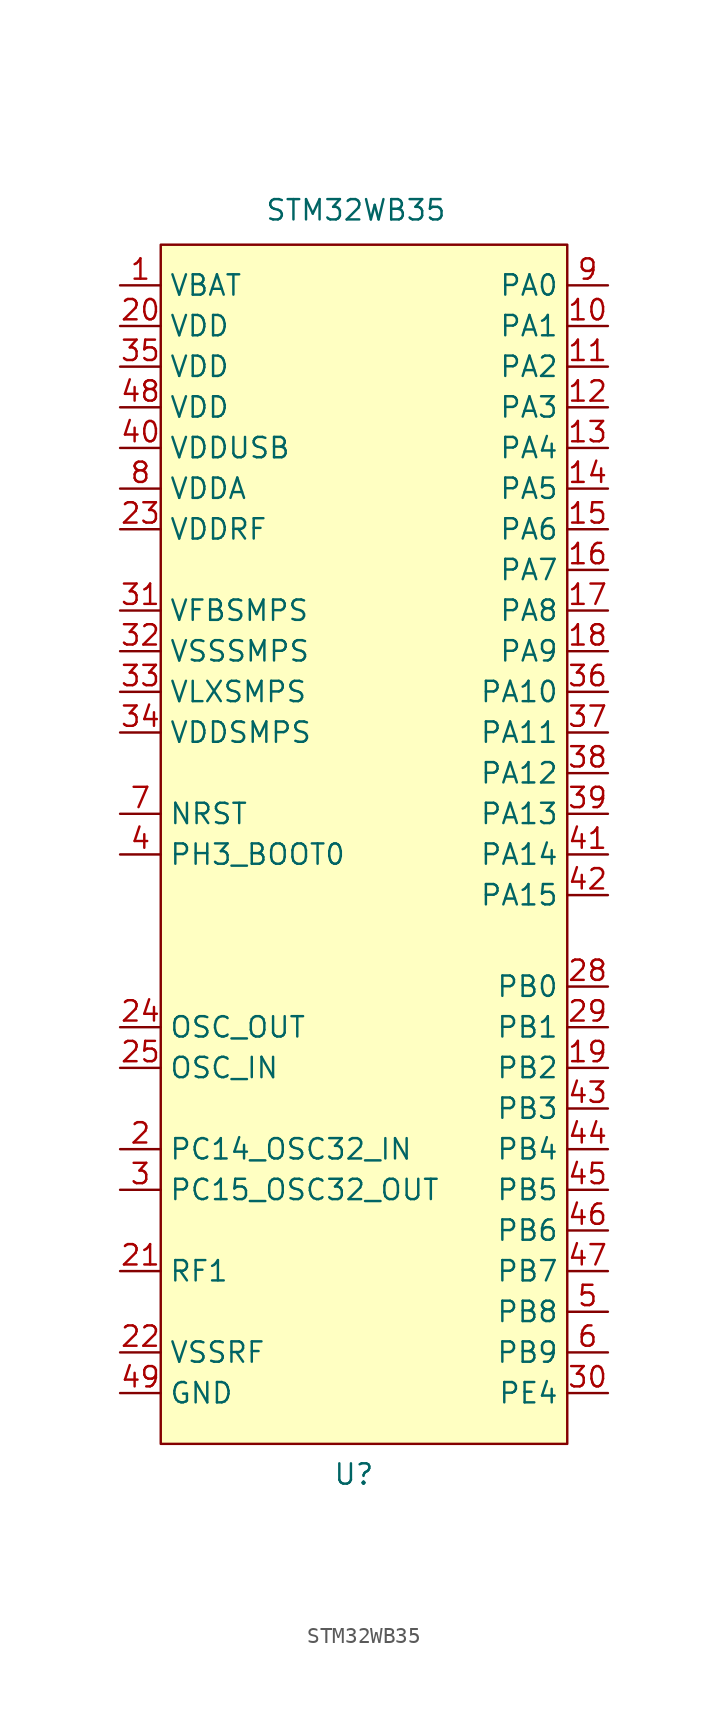
<source format=kicad_sym>
(kicad_symbol_lib
  (version 20210619)
  (generator kicad_symbol_editor)
  (symbol "STM32WB35:STM32WB35"
    (property "Reference" "U"
      (at 0 -32.385 0)
      (effects (font (size 1.27 1.27))))
    (property "Value" "STM32WB35"
      (at 0.127 46.609 0)
      (effects (font (size 1.27 1.27))))
    (symbol "STM32WB35_0_0"
      (pin unspecified line (at -14.605 41.91 0) (length 2.54) (name "VBAT" (effects (font (size 1.27 1.27)))) (number "1" (effects (font (size 1.27 1.27)))))
      (pin unspecified line (at 15.875 39.37 180) (length 2.54) (name "PA1" (effects (font (size 1.27 1.27)))) (number "10" (effects (font (size 1.27 1.27)))))
      (pin unspecified line (at 15.875 36.83 180) (length 2.54) (name "PA2" (effects (font (size 1.27 1.27)))) (number "11" (effects (font (size 1.27 1.27)))))
      (pin unspecified line (at 15.875 34.29 180) (length 2.54) (name "PA3" (effects (font (size 1.27 1.27)))) (number "12" (effects (font (size 1.27 1.27)))))
      (pin unspecified line (at 15.875 31.75 180) (length 2.54) (name "PA4" (effects (font (size 1.27 1.27)))) (number "13" (effects (font (size 1.27 1.27)))))
      (pin unspecified line (at 15.875 29.21 180) (length 2.54) (name "PA5" (effects (font (size 1.27 1.27)))) (number "14" (effects (font (size 1.27 1.27)))))
      (pin unspecified line (at 15.875 26.67 180) (length 2.54) (name "PA6" (effects (font (size 1.27 1.27)))) (number "15" (effects (font (size 1.27 1.27)))))
      (pin unspecified line (at 15.875 24.13 180) (length 2.54) (name "PA7" (effects (font (size 1.27 1.27)))) (number "16" (effects (font (size 1.27 1.27)))))
      (pin unspecified line (at 15.875 21.59 180) (length 2.54) (name "PA8" (effects (font (size 1.27 1.27)))) (number "17" (effects (font (size 1.27 1.27)))))
      (pin unspecified line (at 15.875 19.05 180) (length 2.54) (name "PA9" (effects (font (size 1.27 1.27)))) (number "18" (effects (font (size 1.27 1.27)))))
      (pin unspecified line (at 15.875 -6.985 180) (length 2.54) (name "PB2" (effects (font (size 1.27 1.27)))) (number "19" (effects (font (size 1.27 1.27)))))
      (pin unspecified line (at -14.605 -12.065 0) (length 2.54) (name "PC14_OSC32_IN" (effects (font (size 1.27 1.27)))) (number "2" (effects (font (size 1.27 1.27)))))
      (pin unspecified line (at -14.605 39.37 0) (length 2.54) (name "VDD" (effects (font (size 1.27 1.27)))) (number "20" (effects (font (size 1.27 1.27)))))
      (pin unspecified line (at -14.605 -19.685 0) (length 2.54) (name "RF1" (effects (font (size 1.27 1.27)))) (number "21" (effects (font (size 1.27 1.27)))))
      (pin unspecified line (at -14.605 -24.765 0) (length 2.54) (name "VSSRF" (effects (font (size 1.27 1.27)))) (number "22" (effects (font (size 1.27 1.27)))))
      (pin unspecified line (at -14.605 26.67 0) (length 2.54) (name "VDDRF" (effects (font (size 1.27 1.27)))) (number "23" (effects (font (size 1.27 1.27)))))
      (pin unspecified line (at -14.605 -4.445 0) (length 2.54) (name "OSC_OUT" (effects (font (size 1.27 1.27)))) (number "24" (effects (font (size 1.27 1.27)))))
      (pin unspecified line (at -14.605 -6.985 0) (length 2.54) (name "OSC_IN" (effects (font (size 1.27 1.27)))) (number "25" (effects (font (size 1.27 1.27)))))
      (pin no_connect line (at -14.605 -22.225 0) (length 2.54) hide (name "AT0" (effects (font (size 1.27 1.27)))) (number "26" (effects (font (size 1.27 1.27)))))
      (pin no_connect line (at -14.605 -22.225 0) (length 2.54) hide (name "AT1" (effects (font (size 1.27 1.27)))) (number "27" (effects (font (size 1.27 1.27)))))
      (pin unspecified line (at 15.875 -1.905 180) (length 2.54) (name "PB0" (effects (font (size 1.27 1.27)))) (number "28" (effects (font (size 1.27 1.27)))))
      (pin unspecified line (at 15.875 -4.445 180) (length 2.54) (name "PB1" (effects (font (size 1.27 1.27)))) (number "29" (effects (font (size 1.27 1.27)))))
      (pin unspecified line (at -14.605 -14.605 0) (length 2.54) (name "PC15_OSC32_OUT" (effects (font (size 1.27 1.27)))) (number "3" (effects (font (size 1.27 1.27)))))
      (pin unspecified line (at 15.875 -27.305 180) (length 2.54) (name "PE4" (effects (font (size 1.27 1.27)))) (number "30" (effects (font (size 1.27 1.27)))))
      (pin unspecified line (at -14.605 21.59 0) (length 2.54) (name "VFBSMPS" (effects (font (size 1.27 1.27)))) (number "31" (effects (font (size 1.27 1.27)))))
      (pin unspecified line (at -14.605 19.05 0) (length 2.54) (name "VSSSMPS" (effects (font (size 1.27 1.27)))) (number "32" (effects (font (size 1.27 1.27)))))
      (pin unspecified line (at -14.605 16.51 0) (length 2.54) (name "VLXSMPS" (effects (font (size 1.27 1.27)))) (number "33" (effects (font (size 1.27 1.27)))))
      (pin unspecified line (at -14.605 13.97 0) (length 2.54) (name "VDDSMPS" (effects (font (size 1.27 1.27)))) (number "34" (effects (font (size 1.27 1.27)))))
      (pin unspecified line (at -14.605 36.83 0) (length 2.54) (name "VDD" (effects (font (size 1.27 1.27)))) (number "35" (effects (font (size 1.27 1.27)))))
      (pin unspecified line (at 15.875 16.51 180) (length 2.54) (name "PA10" (effects (font (size 1.27 1.27)))) (number "36" (effects (font (size 1.27 1.27)))))
      (pin unspecified line (at 15.875 13.97 180) (length 2.54) (name "PA11" (effects (font (size 1.27 1.27)))) (number "37" (effects (font (size 1.27 1.27)))))
      (pin unspecified line (at 15.875 11.43 180) (length 2.54) (name "PA12" (effects (font (size 1.27 1.27)))) (number "38" (effects (font (size 1.27 1.27)))))
      (pin unspecified line (at 15.875 8.89 180) (length 2.54) (name "PA13" (effects (font (size 1.27 1.27)))) (number "39" (effects (font (size 1.27 1.27)))))
      (pin unspecified line (at -14.605 6.35 0) (length 2.54) (name "PH3_BOOT0" (effects (font (size 1.27 1.27)))) (number "4" (effects (font (size 1.27 1.27)))))
      (pin unspecified line (at -14.605 31.75 0) (length 2.54) (name "VDDUSB" (effects (font (size 1.27 1.27)))) (number "40" (effects (font (size 1.27 1.27)))))
      (pin unspecified line (at 15.875 6.35 180) (length 2.54) (name "PA14" (effects (font (size 1.27 1.27)))) (number "41" (effects (font (size 1.27 1.27)))))
      (pin unspecified line (at 15.875 3.81 180) (length 2.54) (name "PA15" (effects (font (size 1.27 1.27)))) (number "42" (effects (font (size 1.27 1.27)))))
      (pin unspecified line (at 15.875 -9.525 180) (length 2.54) (name "PB3" (effects (font (size 1.27 1.27)))) (number "43" (effects (font (size 1.27 1.27)))))
      (pin unspecified line (at 15.875 -12.065 180) (length 2.54) (name "PB4" (effects (font (size 1.27 1.27)))) (number "44" (effects (font (size 1.27 1.27)))))
      (pin unspecified line (at 15.875 -14.605 180) (length 2.54) (name "PB5" (effects (font (size 1.27 1.27)))) (number "45" (effects (font (size 1.27 1.27)))))
      (pin unspecified line (at 15.875 -17.145 180) (length 2.54) (name "PB6" (effects (font (size 1.27 1.27)))) (number "46" (effects (font (size 1.27 1.27)))))
      (pin unspecified line (at 15.875 -19.685 180) (length 2.54) (name "PB7" (effects (font (size 1.27 1.27)))) (number "47" (effects (font (size 1.27 1.27)))))
      (pin unspecified line (at -14.605 34.29 0) (length 2.54) (name "VDD" (effects (font (size 1.27 1.27)))) (number "48" (effects (font (size 1.27 1.27)))))
      (pin power_in line (at -14.605 -27.305 0) (length 2.54) (name "GND" (effects (font (size 1.27 1.27)))) (number "49" (effects (font (size 1.27 1.27)))))
      (pin unspecified line (at 15.875 -22.225 180) (length 2.54) (name "PB8" (effects (font (size 1.27 1.27)))) (number "5" (effects (font (size 1.27 1.27)))))
      (pin unspecified line (at 15.875 -24.765 180) (length 2.54) (name "PB9" (effects (font (size 1.27 1.27)))) (number "6" (effects (font (size 1.27 1.27)))))
      (pin unspecified line (at -14.605 8.89 0) (length 2.54) (name "NRST" (effects (font (size 1.27 1.27)))) (number "7" (effects (font (size 1.27 1.27)))))
      (pin unspecified line (at -14.605 29.21 0) (length 2.54) (name "VDDA" (effects (font (size 1.27 1.27)))) (number "8" (effects (font (size 1.27 1.27)))))
      (pin unspecified line (at 15.875 41.91 180) (length 2.54) (name "PA0" (effects (font (size 1.27 1.27)))) (number "9" (effects (font (size 1.27 1.27))))))
    (symbol "STM32WB35_0_1"
      (rectangle (start -12.065 44.45) (end 13.335 -30.48) (stroke (width 0.152)) (fill (type background))))))
</source>
